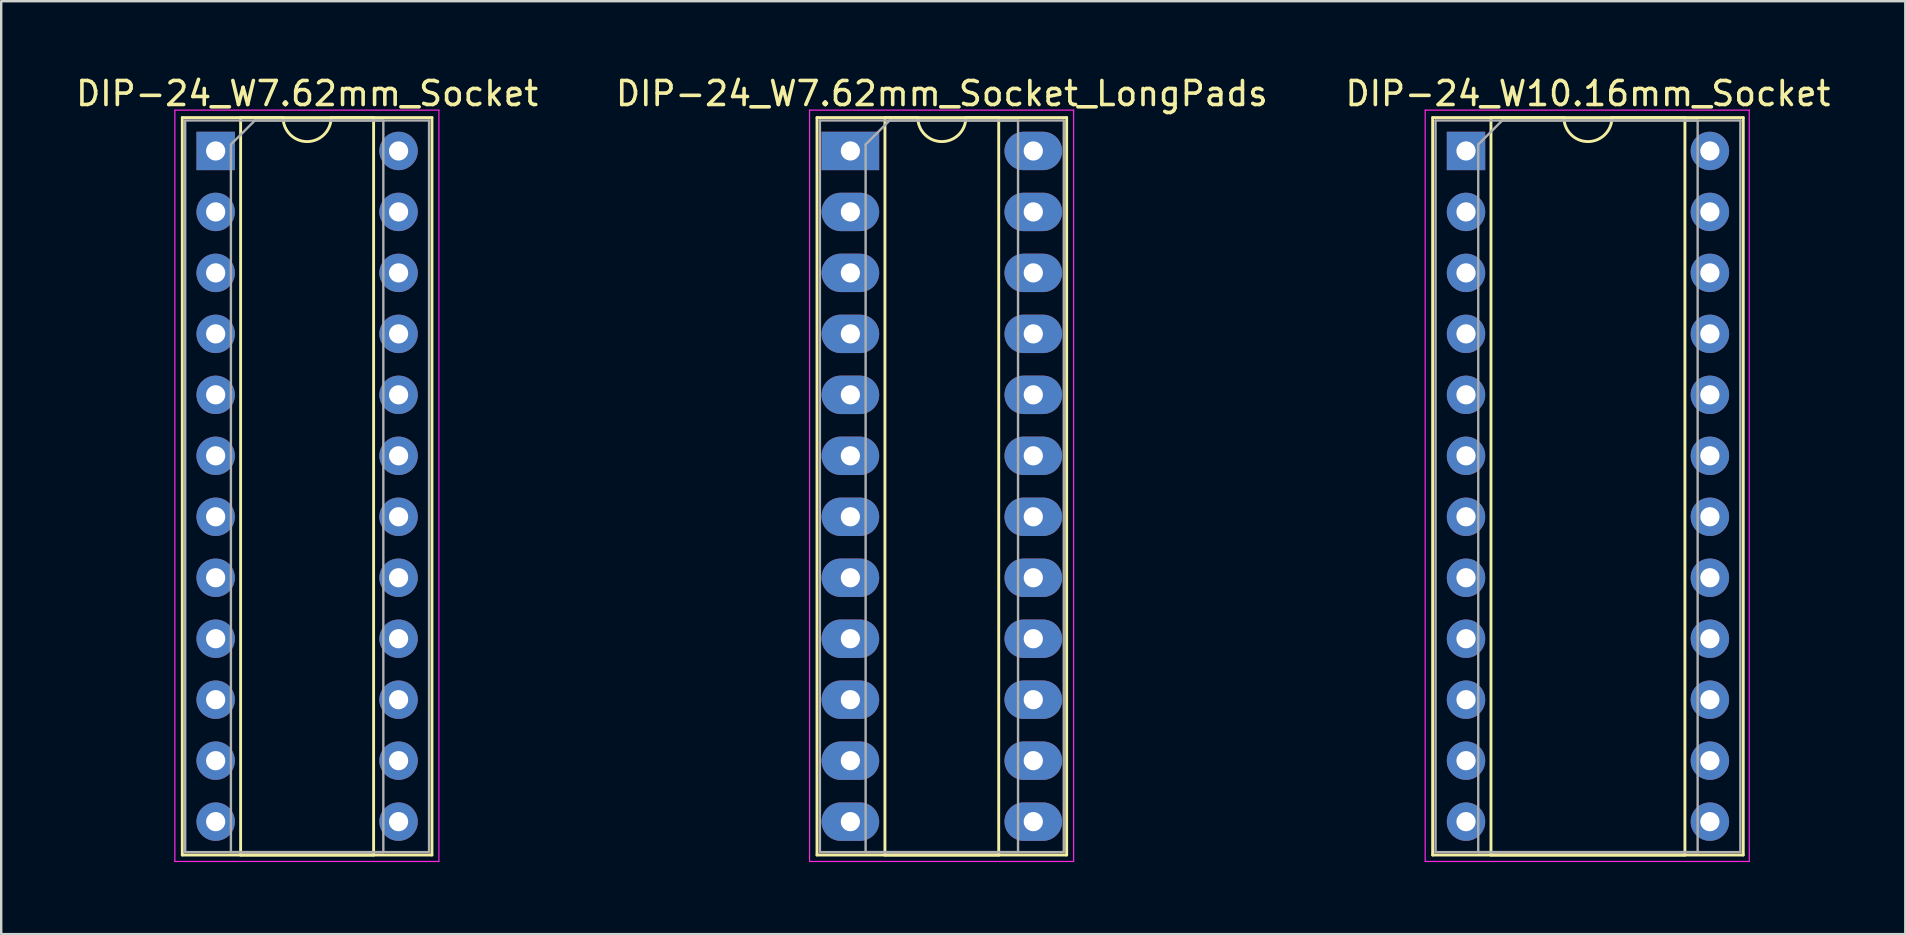
<source format=kicad_pcb>
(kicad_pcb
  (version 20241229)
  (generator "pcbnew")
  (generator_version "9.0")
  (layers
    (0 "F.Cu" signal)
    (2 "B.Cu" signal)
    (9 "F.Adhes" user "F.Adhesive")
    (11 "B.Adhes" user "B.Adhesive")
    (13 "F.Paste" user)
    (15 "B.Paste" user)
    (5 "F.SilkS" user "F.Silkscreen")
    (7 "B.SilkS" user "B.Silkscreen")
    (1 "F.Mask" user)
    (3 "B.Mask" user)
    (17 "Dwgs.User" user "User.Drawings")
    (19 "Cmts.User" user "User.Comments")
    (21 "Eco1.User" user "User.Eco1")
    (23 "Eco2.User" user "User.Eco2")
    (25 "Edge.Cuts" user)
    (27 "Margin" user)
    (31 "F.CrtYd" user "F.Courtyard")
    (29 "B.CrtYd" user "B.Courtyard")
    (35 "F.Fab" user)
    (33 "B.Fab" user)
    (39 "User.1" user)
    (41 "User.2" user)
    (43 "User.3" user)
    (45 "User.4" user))
  (footprint "DIP-24_W10.16mm_Socket"
    (layer "F.Cu")
    (at 58.021 3.238)
    (property "Reference" "DIP-24_W10.16mm_Socket" (at 5.08 -2.39 0) (layer "F.SilkS") (effects (font (size 1 1) (thickness 0.15))))
    (attr through_hole)
    (fp_line (start -1.39 -1.39) (end -1.39 29.33) (stroke (width 0.12) (type solid)) (layer "F.SilkS"))
    (fp_line (start -1.39 29.33) (end 11.55 29.33) (stroke (width 0.12) (type solid)) (layer "F.SilkS"))
    (fp_line (start 1.04 -1.39) (end 1.04 29.33) (stroke (width 0.12) (type solid)) (layer "F.SilkS"))
    (fp_line (start 1.04 29.33) (end 9.12 29.33) (stroke (width 0.12) (type solid)) (layer "F.SilkS"))
    (fp_line (start 4.08 -1.39) (end 1.04 -1.39) (stroke (width 0.12) (type solid)) (layer "F.SilkS"))
    (fp_line (start 9.12 -1.39) (end 6.08 -1.39) (stroke (width 0.12) (type solid)) (layer "F.SilkS"))
    (fp_line (start 9.12 29.33) (end 9.12 -1.39) (stroke (width 0.12) (type solid)) (layer "F.SilkS"))
    (fp_line (start 11.55 -1.39) (end -1.39 -1.39) (stroke (width 0.12) (type solid)) (layer "F.SilkS"))
    (fp_line (start 11.55 29.33) (end 11.55 -1.39) (stroke (width 0.12) (type solid)) (layer "F.SilkS"))
    (fp_arc (start 6.08 -1.39) (mid 5.08 -0.39) (end 4.08 -1.39) (stroke (width 0.12) (type solid)) (layer "F.SilkS"))
    (fp_line (start -1.7 -1.7) (end -1.7 29.6) (stroke (width 0.05) (type solid)) (layer "F.CrtYd"))
    (fp_line (start -1.7 29.6) (end 11.8 29.6) (stroke (width 0.05) (type solid)) (layer "F.CrtYd"))
    (fp_line (start 11.8 -1.7) (end -1.7 -1.7) (stroke (width 0.05) (type solid)) (layer "F.CrtYd"))
    (fp_line (start 11.8 29.6) (end 11.8 -1.7) (stroke (width 0.05) (type solid)) (layer "F.CrtYd"))
    (fp_line (start -1.27 -1.27) (end -1.27 29.21) (stroke (width 0.1) (type solid)) (layer "F.Fab"))
    (fp_line (start -1.27 29.21) (end 11.43 29.21) (stroke (width 0.1) (type solid)) (layer "F.Fab"))
    (fp_line (start 0.51 -0.27) (end 1.51 -1.27) (stroke (width 0.1) (type solid)) (layer "F.Fab"))
    (fp_line (start 0.51 29.21) (end 0.51 -0.27) (stroke (width 0.1) (type solid)) (layer "F.Fab"))
    (fp_line (start 1.51 -1.27) (end 9.65 -1.27) (stroke (width 0.1) (type solid)) (layer "F.Fab"))
    (fp_line (start 9.65 -1.27) (end 9.65 29.21) (stroke (width 0.1) (type solid)) (layer "F.Fab"))
    (fp_line (start 9.65 29.21) (end 0.51 29.21) (stroke (width 0.1) (type solid)) (layer "F.Fab"))
    (fp_line (start 11.43 -1.27) (end -1.27 -1.27) (stroke (width 0.1) (type solid)) (layer "F.Fab"))
    (fp_line (start 11.43 29.21) (end 11.43 -1.27) (stroke (width 0.1) (type solid)) (layer "F.Fab"))
    (pad "1" thru_hole rect (at 0 0) (size 1.6 1.6) (drill 0.8) (layers "*.Cu" "*.Mask"))
    (pad "2" thru_hole oval (at 0 2.54) (size 1.6 1.6) (drill 0.8) (layers "*.Cu" "*.Mask"))
    (pad "3" thru_hole oval (at 0 5.08) (size 1.6 1.6) (drill 0.8) (layers "*.Cu" "*.Mask"))
    (pad "4" thru_hole oval (at 0 7.62) (size 1.6 1.6) (drill 0.8) (layers "*.Cu" "*.Mask"))
    (pad "5" thru_hole oval (at 0 10.16) (size 1.6 1.6) (drill 0.8) (layers "*.Cu" "*.Mask"))
    (pad "6" thru_hole oval (at 0 12.7) (size 1.6 1.6) (drill 0.8) (layers "*.Cu" "*.Mask"))
    (pad "7" thru_hole oval (at 0 15.24) (size 1.6 1.6) (drill 0.8) (layers "*.Cu" "*.Mask"))
    (pad "8" thru_hole oval (at 0 17.78) (size 1.6 1.6) (drill 0.8) (layers "*.Cu" "*.Mask"))
    (pad "9" thru_hole oval (at 0 20.32) (size 1.6 1.6) (drill 0.8) (layers "*.Cu" "*.Mask"))
    (pad "10" thru_hole oval (at 0 22.86) (size 1.6 1.6) (drill 0.8) (layers "*.Cu" "*.Mask"))
    (pad "11" thru_hole oval (at 0 25.4) (size 1.6 1.6) (drill 0.8) (layers "*.Cu" "*.Mask"))
    (pad "12" thru_hole oval (at 0 27.94) (size 1.6 1.6) (drill 0.8) (layers "*.Cu" "*.Mask"))
    (pad "13" thru_hole oval (at 10.16 27.94) (size 1.6 1.6) (drill 0.8) (layers "*.Cu" "*.Mask"))
    (pad "14" thru_hole oval (at 10.16 25.4) (size 1.6 1.6) (drill 0.8) (layers "*.Cu" "*.Mask"))
    (pad "15" thru_hole oval (at 10.16 22.86) (size 1.6 1.6) (drill 0.8) (layers "*.Cu" "*.Mask"))
    (pad "16" thru_hole oval (at 10.16 20.32) (size 1.6 1.6) (drill 0.8) (layers "*.Cu" "*.Mask"))
    (pad "17" thru_hole oval (at 10.16 17.78) (size 1.6 1.6) (drill 0.8) (layers "*.Cu" "*.Mask"))
    (pad "18" thru_hole oval (at 10.16 15.24) (size 1.6 1.6) (drill 0.8) (layers "*.Cu" "*.Mask"))
    (pad "19" thru_hole oval (at 10.16 12.7) (size 1.6 1.6) (drill 0.8) (layers "*.Cu" "*.Mask"))
    (pad "20" thru_hole oval (at 10.16 10.16) (size 1.6 1.6) (drill 0.8) (layers "*.Cu" "*.Mask"))
    (pad "21" thru_hole oval (at 10.16 7.62) (size 1.6 1.6) (drill 0.8) (layers "*.Cu" "*.Mask"))
    (pad "22" thru_hole oval (at 10.16 5.08) (size 1.6 1.6) (drill 0.8) (layers "*.Cu" "*.Mask"))
    (pad "23" thru_hole oval (at 10.16 2.54) (size 1.6 1.6) (drill 0.8) (layers "*.Cu" "*.Mask"))
    (pad "24" thru_hole oval (at 10.16 0) (size 1.6 1.6) (drill 0.8) (layers "*.Cu" "*.Mask")))
  (footprint "DIP-24_W7.62mm_Socket"
    (layer "F.Cu")
    (at 5.934 3.238)
    (property "Reference" "DIP-24_W7.62mm_Socket" (at 3.81 -2.39 0) (layer "F.SilkS") (effects (font (size 1 1) (thickness 0.15))))
    (attr through_hole)
    (fp_line (start -1.39 -1.39) (end -1.39 29.33) (stroke (width 0.12) (type solid)) (layer "F.SilkS"))
    (fp_line (start -1.39 29.33) (end 9.01 29.33) (stroke (width 0.12) (type solid)) (layer "F.SilkS"))
    (fp_line (start 1.04 -1.39) (end 1.04 29.33) (stroke (width 0.12) (type solid)) (layer "F.SilkS"))
    (fp_line (start 1.04 29.33) (end 6.58 29.33) (stroke (width 0.12) (type solid)) (layer "F.SilkS"))
    (fp_line (start 2.81 -1.39) (end 1.04 -1.39) (stroke (width 0.12) (type solid)) (layer "F.SilkS"))
    (fp_line (start 6.58 -1.39) (end 4.81 -1.39) (stroke (width 0.12) (type solid)) (layer "F.SilkS"))
    (fp_line (start 6.58 29.33) (end 6.58 -1.39) (stroke (width 0.12) (type solid)) (layer "F.SilkS"))
    (fp_line (start 9.01 -1.39) (end -1.39 -1.39) (stroke (width 0.12) (type solid)) (layer "F.SilkS"))
    (fp_line (start 9.01 29.33) (end 9.01 -1.39) (stroke (width 0.12) (type solid)) (layer "F.SilkS"))
    (fp_arc (start 4.81 -1.39) (mid 3.81 -0.39) (end 2.81 -1.39) (stroke (width 0.12) (type solid)) (layer "F.SilkS"))
    (fp_line (start -1.7 -1.7) (end -1.7 29.6) (stroke (width 0.05) (type solid)) (layer "F.CrtYd"))
    (fp_line (start -1.7 29.6) (end 9.3 29.6) (stroke (width 0.05) (type solid)) (layer "F.CrtYd"))
    (fp_line (start 9.3 -1.7) (end -1.7 -1.7) (stroke (width 0.05) (type solid)) (layer "F.CrtYd"))
    (fp_line (start 9.3 29.6) (end 9.3 -1.7) (stroke (width 0.05) (type solid)) (layer "F.CrtYd"))
    (fp_line (start -1.27 -1.27) (end -1.27 29.21) (stroke (width 0.1) (type solid)) (layer "F.Fab"))
    (fp_line (start -1.27 29.21) (end 8.89 29.21) (stroke (width 0.1) (type solid)) (layer "F.Fab"))
    (fp_line (start 0.635 -0.27) (end 1.635 -1.27) (stroke (width 0.1) (type solid)) (layer "F.Fab"))
    (fp_line (start 0.635 29.21) (end 0.635 -0.27) (stroke (width 0.1) (type solid)) (layer "F.Fab"))
    (fp_line (start 1.635 -1.27) (end 6.985 -1.27) (stroke (width 0.1) (type solid)) (layer "F.Fab"))
    (fp_line (start 6.985 -1.27) (end 6.985 29.21) (stroke (width 0.1) (type solid)) (layer "F.Fab"))
    (fp_line (start 6.985 29.21) (end 0.635 29.21) (stroke (width 0.1) (type solid)) (layer "F.Fab"))
    (fp_line (start 8.89 -1.27) (end -1.27 -1.27) (stroke (width 0.1) (type solid)) (layer "F.Fab"))
    (fp_line (start 8.89 29.21) (end 8.89 -1.27) (stroke (width 0.1) (type solid)) (layer "F.Fab"))
    (pad "1" thru_hole rect (at 0 0) (size 1.6 1.6) (drill 0.8) (layers "*.Cu" "*.Mask"))
    (pad "2" thru_hole oval (at 0 2.54) (size 1.6 1.6) (drill 0.8) (layers "*.Cu" "*.Mask"))
    (pad "3" thru_hole oval (at 0 5.08) (size 1.6 1.6) (drill 0.8) (layers "*.Cu" "*.Mask"))
    (pad "4" thru_hole oval (at 0 7.62) (size 1.6 1.6) (drill 0.8) (layers "*.Cu" "*.Mask"))
    (pad "5" thru_hole oval (at 0 10.16) (size 1.6 1.6) (drill 0.8) (layers "*.Cu" "*.Mask"))
    (pad "6" thru_hole oval (at 0 12.7) (size 1.6 1.6) (drill 0.8) (layers "*.Cu" "*.Mask"))
    (pad "7" thru_hole oval (at 0 15.24) (size 1.6 1.6) (drill 0.8) (layers "*.Cu" "*.Mask"))
    (pad "8" thru_hole oval (at 0 17.78) (size 1.6 1.6) (drill 0.8) (layers "*.Cu" "*.Mask"))
    (pad "9" thru_hole oval (at 0 20.32) (size 1.6 1.6) (drill 0.8) (layers "*.Cu" "*.Mask"))
    (pad "10" thru_hole oval (at 0 22.86) (size 1.6 1.6) (drill 0.8) (layers "*.Cu" "*.Mask"))
    (pad "11" thru_hole oval (at 0 25.4) (size 1.6 1.6) (drill 0.8) (layers "*.Cu" "*.Mask"))
    (pad "12" thru_hole oval (at 0 27.94) (size 1.6 1.6) (drill 0.8) (layers "*.Cu" "*.Mask"))
    (pad "13" thru_hole oval (at 7.62 27.94) (size 1.6 1.6) (drill 0.8) (layers "*.Cu" "*.Mask"))
    (pad "14" thru_hole oval (at 7.62 25.4) (size 1.6 1.6) (drill 0.8) (layers "*.Cu" "*.Mask"))
    (pad "15" thru_hole oval (at 7.62 22.86) (size 1.6 1.6) (drill 0.8) (layers "*.Cu" "*.Mask"))
    (pad "16" thru_hole oval (at 7.62 20.32) (size 1.6 1.6) (drill 0.8) (layers "*.Cu" "*.Mask"))
    (pad "17" thru_hole oval (at 7.62 17.78) (size 1.6 1.6) (drill 0.8) (layers "*.Cu" "*.Mask"))
    (pad "18" thru_hole oval (at 7.62 15.24) (size 1.6 1.6) (drill 0.8) (layers "*.Cu" "*.Mask"))
    (pad "19" thru_hole oval (at 7.62 12.7) (size 1.6 1.6) (drill 0.8) (layers "*.Cu" "*.Mask"))
    (pad "20" thru_hole oval (at 7.62 10.16) (size 1.6 1.6) (drill 0.8) (layers "*.Cu" "*.Mask"))
    (pad "21" thru_hole oval (at 7.62 7.62) (size 1.6 1.6) (drill 0.8) (layers "*.Cu" "*.Mask"))
    (pad "22" thru_hole oval (at 7.62 5.08) (size 1.6 1.6) (drill 0.8) (layers "*.Cu" "*.Mask"))
    (pad "23" thru_hole oval (at 7.62 2.54) (size 1.6 1.6) (drill 0.8) (layers "*.Cu" "*.Mask"))
    (pad "24" thru_hole oval (at 7.62 0) (size 1.6 1.6) (drill 0.8) (layers "*.Cu" "*.Mask")))
  (footprint "DIP-24_W7.62mm_Socket_LongPads"
    (layer "F.Cu")
    (at 32.375 3.238)
    (property "Reference" "DIP-24_W7.62mm_Socket_LongPads" (at 3.81 -2.39 0) (layer "F.SilkS") (effects (font (size 1 1) (thickness 0.15))))
    (attr through_hole)
    (fp_line (start -1.39 -1.39) (end -1.39 29.33) (stroke (width 0.12) (type solid)) (layer "F.SilkS"))
    (fp_line (start -1.39 29.33) (end 9.01 29.33) (stroke (width 0.12) (type solid)) (layer "F.SilkS"))
    (fp_line (start 1.44 -1.39) (end 1.44 29.33) (stroke (width 0.12) (type solid)) (layer "F.SilkS"))
    (fp_line (start 1.44 29.33) (end 6.18 29.33) (stroke (width 0.12) (type solid)) (layer "F.SilkS"))
    (fp_line (start 2.81 -1.39) (end 1.44 -1.39) (stroke (width 0.12) (type solid)) (layer "F.SilkS"))
    (fp_line (start 6.18 -1.39) (end 4.81 -1.39) (stroke (width 0.12) (type solid)) (layer "F.SilkS"))
    (fp_line (start 6.18 29.33) (end 6.18 -1.39) (stroke (width 0.12) (type solid)) (layer "F.SilkS"))
    (fp_line (start 9.01 -1.39) (end -1.39 -1.39) (stroke (width 0.12) (type solid)) (layer "F.SilkS"))
    (fp_line (start 9.01 29.33) (end 9.01 -1.39) (stroke (width 0.12) (type solid)) (layer "F.SilkS"))
    (fp_arc (start 4.81 -1.39) (mid 3.81 -0.39) (end 2.81 -1.39) (stroke (width 0.12) (type solid)) (layer "F.SilkS"))
    (fp_line (start -1.7 -1.7) (end -1.7 29.6) (stroke (width 0.05) (type solid)) (layer "F.CrtYd"))
    (fp_line (start -1.7 29.6) (end 9.3 29.6) (stroke (width 0.05) (type solid)) (layer "F.CrtYd"))
    (fp_line (start 9.3 -1.7) (end -1.7 -1.7) (stroke (width 0.05) (type solid)) (layer "F.CrtYd"))
    (fp_line (start 9.3 29.6) (end 9.3 -1.7) (stroke (width 0.05) (type solid)) (layer "F.CrtYd"))
    (fp_line (start -1.27 -1.27) (end -1.27 29.21) (stroke (width 0.1) (type solid)) (layer "F.Fab"))
    (fp_line (start -1.27 29.21) (end 8.89 29.21) (stroke (width 0.1) (type solid)) (layer "F.Fab"))
    (fp_line (start 0.635 -0.27) (end 1.635 -1.27) (stroke (width 0.1) (type solid)) (layer "F.Fab"))
    (fp_line (start 0.635 29.21) (end 0.635 -0.27) (stroke (width 0.1) (type solid)) (layer "F.Fab"))
    (fp_line (start 1.635 -1.27) (end 6.985 -1.27) (stroke (width 0.1) (type solid)) (layer "F.Fab"))
    (fp_line (start 6.985 -1.27) (end 6.985 29.21) (stroke (width 0.1) (type solid)) (layer "F.Fab"))
    (fp_line (start 6.985 29.21) (end 0.635 29.21) (stroke (width 0.1) (type solid)) (layer "F.Fab"))
    (fp_line (start 8.89 -1.27) (end -1.27 -1.27) (stroke (width 0.1) (type solid)) (layer "F.Fab"))
    (fp_line (start 8.89 29.21) (end 8.89 -1.27) (stroke (width 0.1) (type solid)) (layer "F.Fab"))
    (pad "1" thru_hole rect (at 0 0) (size 2.4 1.6) (drill 0.8) (layers "*.Cu" "*.Mask"))
    (pad "2" thru_hole oval (at 0 2.54) (size 2.4 1.6) (drill 0.8) (layers "*.Cu" "*.Mask"))
    (pad "3" thru_hole oval (at 0 5.08) (size 2.4 1.6) (drill 0.8) (layers "*.Cu" "*.Mask"))
    (pad "4" thru_hole oval (at 0 7.62) (size 2.4 1.6) (drill 0.8) (layers "*.Cu" "*.Mask"))
    (pad "5" thru_hole oval (at 0 10.16) (size 2.4 1.6) (drill 0.8) (layers "*.Cu" "*.Mask"))
    (pad "6" thru_hole oval (at 0 12.7) (size 2.4 1.6) (drill 0.8) (layers "*.Cu" "*.Mask"))
    (pad "7" thru_hole oval (at 0 15.24) (size 2.4 1.6) (drill 0.8) (layers "*.Cu" "*.Mask"))
    (pad "8" thru_hole oval (at 0 17.78) (size 2.4 1.6) (drill 0.8) (layers "*.Cu" "*.Mask"))
    (pad "9" thru_hole oval (at 0 20.32) (size 2.4 1.6) (drill 0.8) (layers "*.Cu" "*.Mask"))
    (pad "10" thru_hole oval (at 0 22.86) (size 2.4 1.6) (drill 0.8) (layers "*.Cu" "*.Mask"))
    (pad "11" thru_hole oval (at 0 25.4) (size 2.4 1.6) (drill 0.8) (layers "*.Cu" "*.Mask"))
    (pad "12" thru_hole oval (at 0 27.94) (size 2.4 1.6) (drill 0.8) (layers "*.Cu" "*.Mask"))
    (pad "13" thru_hole oval (at 7.62 27.94) (size 2.4 1.6) (drill 0.8) (layers "*.Cu" "*.Mask"))
    (pad "14" thru_hole oval (at 7.62 25.4) (size 2.4 1.6) (drill 0.8) (layers "*.Cu" "*.Mask"))
    (pad "15" thru_hole oval (at 7.62 22.86) (size 2.4 1.6) (drill 0.8) (layers "*.Cu" "*.Mask"))
    (pad "16" thru_hole oval (at 7.62 20.32) (size 2.4 1.6) (drill 0.8) (layers "*.Cu" "*.Mask"))
    (pad "17" thru_hole oval (at 7.62 17.78) (size 2.4 1.6) (drill 0.8) (layers "*.Cu" "*.Mask"))
    (pad "18" thru_hole oval (at 7.62 15.24) (size 2.4 1.6) (drill 0.8) (layers "*.Cu" "*.Mask"))
    (pad "19" thru_hole oval (at 7.62 12.7) (size 2.4 1.6) (drill 0.8) (layers "*.Cu" "*.Mask"))
    (pad "20" thru_hole oval (at 7.62 10.16) (size 2.4 1.6) (drill 0.8) (layers "*.Cu" "*.Mask"))
    (pad "21" thru_hole oval (at 7.62 7.62) (size 2.4 1.6) (drill 0.8) (layers "*.Cu" "*.Mask"))
    (pad "22" thru_hole oval (at 7.62 5.08) (size 2.4 1.6) (drill 0.8) (layers "*.Cu" "*.Mask"))
    (pad "23" thru_hole oval (at 7.62 2.54) (size 2.4 1.6) (drill 0.8) (layers "*.Cu" "*.Mask"))
    (pad "24" thru_hole oval (at 7.62 0) (size 2.4 1.6) (drill 0.8) (layers "*.Cu" "*.Mask")))
  (gr_rect
    (start -3 -3)
    (end 76.321 35.863)
    (stroke (width 0.1) (type default))
    (fill no)
    (layer "Edge.Cuts")))
</source>
